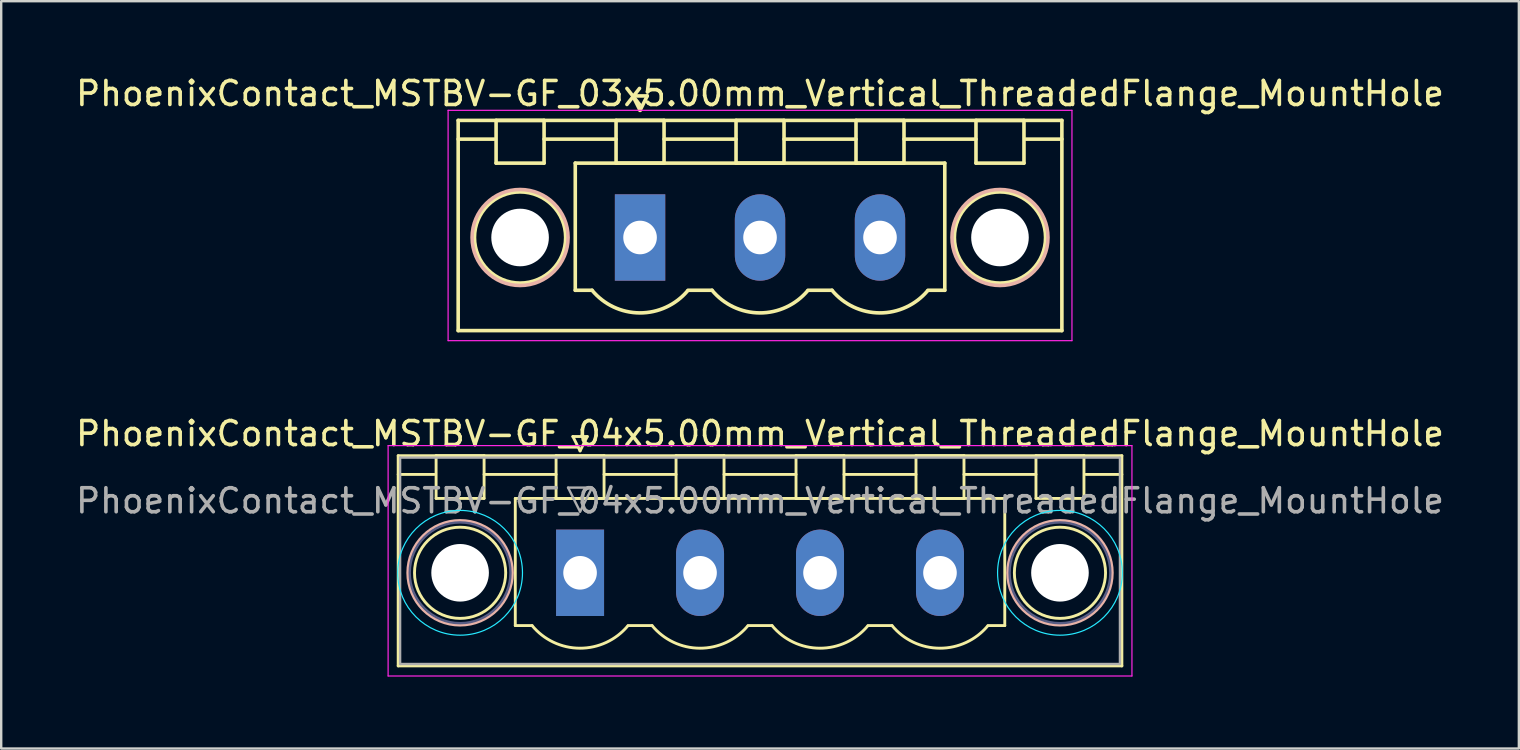
<source format=kicad_pcb>
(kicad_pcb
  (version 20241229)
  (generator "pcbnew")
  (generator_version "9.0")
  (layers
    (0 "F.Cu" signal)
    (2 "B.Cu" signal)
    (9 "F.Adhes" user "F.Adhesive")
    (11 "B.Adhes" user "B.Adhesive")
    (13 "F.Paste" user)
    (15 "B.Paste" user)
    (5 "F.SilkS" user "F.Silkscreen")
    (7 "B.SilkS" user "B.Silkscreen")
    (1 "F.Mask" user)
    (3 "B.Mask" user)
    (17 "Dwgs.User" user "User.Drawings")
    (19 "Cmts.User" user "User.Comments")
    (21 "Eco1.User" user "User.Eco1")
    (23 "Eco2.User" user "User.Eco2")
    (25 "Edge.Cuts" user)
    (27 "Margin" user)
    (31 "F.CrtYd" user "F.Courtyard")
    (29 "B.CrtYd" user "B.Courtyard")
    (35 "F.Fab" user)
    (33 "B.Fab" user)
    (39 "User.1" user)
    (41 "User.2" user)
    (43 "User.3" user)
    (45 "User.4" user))
  (footprint "PhoenixContact_MSTBV-GF_04x5.00mm_Vertical_ThreadedFlange_MountHole"
    (layer "F.Cu")
    (at 21.125 20.822)
    (property "Reference" "PhoenixContact_MSTBV-GF_04x5.00mm_Vertical_ThreadedFlange_MountHole" (at 7.5 -5.8 0) (layer "F.SilkS") (effects (font (size 1 1) (thickness 0.15))))
    (attr through_hole)
    (fp_line (start -7.58 -4.88) (end -7.58 3.88) (stroke (width 0.12) (type solid)) (layer "F.SilkS"))
    (fp_line (start -7.58 -4.1) (end -6.08 -4.1) (stroke (width 0.12) (type solid)) (layer "F.SilkS"))
    (fp_line (start -7.58 3.88) (end 22.58 3.88) (stroke (width 0.12) (type solid)) (layer "F.SilkS"))
    (fp_line (start -6 -4.88) (end -4 -4.88) (stroke (width 0.12) (type solid)) (layer "F.SilkS"))
    (fp_line (start -6 -3.1) (end -6 -4.88) (stroke (width 0.12) (type solid)) (layer "F.SilkS"))
    (fp_line (start -4 -4.88) (end -4 -3.1) (stroke (width 0.12) (type solid)) (layer "F.SilkS"))
    (fp_line (start -4 -4.1) (end -1 -4.1) (stroke (width 0.12) (type solid)) (layer "F.SilkS"))
    (fp_line (start -4 -3.1) (end -6 -3.1) (stroke (width 0.12) (type solid)) (layer "F.SilkS"))
    (fp_line (start -2.7 -3.1) (end 17.7 -3.1) (stroke (width 0.12) (type solid)) (layer "F.SilkS"))
    (fp_line (start -2.7 2.2) (end -2.7 -3.1) (stroke (width 0.12) (type solid)) (layer "F.SilkS"))
    (fp_line (start -2 2.2) (end -2.7 2.2) (stroke (width 0.12) (type solid)) (layer "F.SilkS"))
    (fp_line (start -1 -4.88) (end 1 -4.88) (stroke (width 0.12) (type solid)) (layer "F.SilkS"))
    (fp_line (start -1 -3.1) (end -1 -4.88) (stroke (width 0.12) (type solid)) (layer "F.SilkS"))
    (fp_line (start -0.3 -5.68) (end 0.3 -5.68) (stroke (width 0.12) (type solid)) (layer "F.SilkS"))
    (fp_line (start 0 -5.08) (end -0.3 -5.68) (stroke (width 0.12) (type solid)) (layer "F.SilkS"))
    (fp_line (start 0.3 -5.68) (end 0 -5.08) (stroke (width 0.12) (type solid)) (layer "F.SilkS"))
    (fp_line (start 1 -4.88) (end 1 -3.1) (stroke (width 0.12) (type solid)) (layer "F.SilkS"))
    (fp_line (start 1 -4.1) (end 4 -4.1) (stroke (width 0.12) (type solid)) (layer "F.SilkS"))
    (fp_line (start 1 -3.1) (end -1 -3.1) (stroke (width 0.12) (type solid)) (layer "F.SilkS"))
    (fp_line (start 2 2.2) (end 3 2.2) (stroke (width 0.12) (type solid)) (layer "F.SilkS"))
    (fp_line (start 4 -4.88) (end 6 -4.88) (stroke (width 0.12) (type solid)) (layer "F.SilkS"))
    (fp_line (start 4 -3.1) (end 4 -4.88) (stroke (width 0.12) (type solid)) (layer "F.SilkS"))
    (fp_line (start 6 -4.88) (end 6 -3.1) (stroke (width 0.12) (type solid)) (layer "F.SilkS"))
    (fp_line (start 6 -4.1) (end 9 -4.1) (stroke (width 0.12) (type solid)) (layer "F.SilkS"))
    (fp_line (start 6 -3.1) (end 4 -3.1) (stroke (width 0.12) (type solid)) (layer "F.SilkS"))
    (fp_line (start 7 2.2) (end 8 2.2) (stroke (width 0.12) (type solid)) (layer "F.SilkS"))
    (fp_line (start 9 -4.88) (end 11 -4.88) (stroke (width 0.12) (type solid)) (layer "F.SilkS"))
    (fp_line (start 9 -3.1) (end 9 -4.88) (stroke (width 0.12) (type solid)) (layer "F.SilkS"))
    (fp_line (start 11 -4.88) (end 11 -3.1) (stroke (width 0.12) (type solid)) (layer "F.SilkS"))
    (fp_line (start 11 -4.1) (end 14 -4.1) (stroke (width 0.12) (type solid)) (layer "F.SilkS"))
    (fp_line (start 11 -3.1) (end 9 -3.1) (stroke (width 0.12) (type solid)) (layer "F.SilkS"))
    (fp_line (start 12 2.2) (end 13 2.2) (stroke (width 0.12) (type solid)) (layer "F.SilkS"))
    (fp_line (start 14 -4.88) (end 16 -4.88) (stroke (width 0.12) (type solid)) (layer "F.SilkS"))
    (fp_line (start 14 -3.1) (end 14 -4.88) (stroke (width 0.12) (type solid)) (layer "F.SilkS"))
    (fp_line (start 16 -4.88) (end 16 -3.1) (stroke (width 0.12) (type solid)) (layer "F.SilkS"))
    (fp_line (start 16 -4.1) (end 19 -4.1) (stroke (width 0.12) (type solid)) (layer "F.SilkS"))
    (fp_line (start 16 -3.1) (end 14 -3.1) (stroke (width 0.12) (type solid)) (layer "F.SilkS"))
    (fp_line (start 17.7 -3.1) (end 17.7 2.2) (stroke (width 0.12) (type solid)) (layer "F.SilkS"))
    (fp_line (start 17.7 2.2) (end 17 2.2) (stroke (width 0.12) (type solid)) (layer "F.SilkS"))
    (fp_line (start 19 -4.88) (end 21 -4.88) (stroke (width 0.12) (type solid)) (layer "F.SilkS"))
    (fp_line (start 19 -3.1) (end 19 -4.88) (stroke (width 0.12) (type solid)) (layer "F.SilkS"))
    (fp_line (start 21 -4.88) (end 21 -3.1) (stroke (width 0.12) (type solid)) (layer "F.SilkS"))
    (fp_line (start 21 -3.1) (end 19 -3.1) (stroke (width 0.12) (type solid)) (layer "F.SilkS"))
    (fp_line (start 22.58 -4.88) (end -7.58 -4.88) (stroke (width 0.12) (type solid)) (layer "F.SilkS"))
    (fp_line (start 22.58 -4.1) (end 21.08 -4.1) (stroke (width 0.12) (type solid)) (layer "F.SilkS"))
    (fp_line (start 22.58 3.88) (end 22.58 -4.88) (stroke (width 0.12) (type solid)) (layer "F.SilkS"))
    (fp_arc (start 1.986842 2.215821) (mid -0.010289 3.142758) (end -2 2.2) (stroke (width 0.12) (type solid)) (layer "F.SilkS"))
    (fp_arc (start 6.986842 2.215821) (mid 4.989711 3.142758) (end 3 2.2) (stroke (width 0.12) (type solid)) (layer "F.SilkS"))
    (fp_arc (start 11.986842 2.215821) (mid 9.989711 3.142758) (end 8 2.2) (stroke (width 0.12) (type solid)) (layer "F.SilkS"))
    (fp_arc (start 16.986842 2.215821) (mid 14.989711 3.142758) (end 13 2.2) (stroke (width 0.12) (type solid)) (layer "F.SilkS"))
    (fp_circle (center -5 0) (end -3.1 0) (stroke (width 0.12) (type solid)) (fill no) (layer "F.SilkS"))
    (fp_circle (center 20 0) (end 21.9 0) (stroke (width 0.12) (type solid)) (fill no) (layer "F.SilkS"))
    (fp_circle (center -5 0) (end -2.82 0) (stroke (width 0.12) (type solid)) (fill no) (layer "B.SilkS"))
    (fp_circle (center 20 0) (end 22.18 0) (stroke (width 0.12) (type solid)) (fill no) (layer "B.SilkS"))
    (fp_circle (center -5 0) (end -2.4 0) (stroke (width 0.05) (type solid)) (fill no) (layer "B.CrtYd"))
    (fp_circle (center 20 0) (end 22.6 0) (stroke (width 0.05) (type solid)) (fill no) (layer "B.CrtYd"))
    (fp_line (start -8 -5.3) (end -8 4.3) (stroke (width 0.05) (type solid)) (layer "F.CrtYd"))
    (fp_line (start -8 4.3) (end 23 4.3) (stroke (width 0.05) (type solid)) (layer "F.CrtYd"))
    (fp_line (start 23 -5.3) (end -8 -5.3) (stroke (width 0.05) (type solid)) (layer "F.CrtYd"))
    (fp_line (start 23 4.3) (end 23 -5.3) (stroke (width 0.05) (type solid)) (layer "F.CrtYd"))
    (fp_circle (center -5 0) (end -2.9 0) (stroke (width 0.1) (type solid)) (fill no) (layer "B.Fab"))
    (fp_circle (center 20 0) (end 22.1 0) (stroke (width 0.1) (type solid)) (fill no) (layer "B.Fab"))
    (fp_line (start -7.5 -4.8) (end -7.5 3.8) (stroke (width 0.1) (type solid)) (layer "F.Fab"))
    (fp_line (start -7.5 3.8) (end 22.5 3.8) (stroke (width 0.1) (type solid)) (layer "F.Fab"))
    (fp_line (start -0.5 -3.55) (end 0.5 -3.55) (stroke (width 0.1) (type solid)) (layer "F.Fab"))
    (fp_line (start 0 -2.55) (end -0.5 -3.55) (stroke (width 0.1) (type solid)) (layer "F.Fab"))
    (fp_line (start 0.5 -3.55) (end 0 -2.55) (stroke (width 0.1) (type solid)) (layer "F.Fab"))
    (fp_line (start 22.5 -4.8) (end -7.5 -4.8) (stroke (width 0.1) (type solid)) (layer "F.Fab"))
    (fp_line (start 22.5 3.8) (end 22.5 -4.8) (stroke (width 0.1) (type solid)) (layer "F.Fab"))
    (fp_text user "${REFERENCE}" (at 7.5 -3 0) (layer "F.Fab") (effects (font (size 1 1) (thickness 0.15))))
    (pad "" np_thru_hole circle (at -5 0) (size 2.4 2.4) (drill 2.4) (layers "*.Cu" "*.Mask"))
    (pad "" np_thru_hole circle (at 20 0) (size 2.4 2.4) (drill 2.4) (layers "*.Cu" "*.Mask"))
    (pad "1" thru_hole rect (at 0 0) (size 2 3.6) (drill 1.4) (layers "*.Cu" "*.Mask"))
    (pad "2" thru_hole oval (at 5 0) (size 2 3.6) (drill 1.4) (layers "*.Cu" "*.Mask"))
    (pad "3" thru_hole oval (at 10 0) (size 2 3.6) (drill 1.4) (layers "*.Cu" "*.Mask"))
    (pad "4" thru_hole oval (at 15 0) (size 2 3.6) (drill 1.4) (layers "*.Cu" "*.Mask")))
  (footprint "PhoenixContact_MSTBV-GF_03x5.00mm_Vertical_ThreadedFlange_MountHole"
    (layer "F.Cu")
    (at 23.625 6.848)
    (property "Reference" "PhoenixContact_MSTBV-GF_03x5.00mm_Vertical_ThreadedFlange_MountHole" (at 5 -6 0) (layer "F.SilkS") (effects (font (size 1 1) (thickness 0.15))))
    (attr through_hole)
    (fp_line (start -7.58 -4.88) (end -7.58 3.88) (stroke (width 0.15) (type solid)) (layer "F.SilkS"))
    (fp_line (start -7.58 -4.1) (end -6.08 -4.1) (stroke (width 0.15) (type solid)) (layer "F.SilkS"))
    (fp_line (start -7.58 3.88) (end 17.58 3.88) (stroke (width 0.15) (type solid)) (layer "F.SilkS"))
    (fp_line (start -6 -4.88) (end -4 -4.88) (stroke (width 0.15) (type solid)) (layer "F.SilkS"))
    (fp_line (start -6 -3.1) (end -6 -4.88) (stroke (width 0.15) (type solid)) (layer "F.SilkS"))
    (fp_line (start -4 -4.88) (end -4 -3.1) (stroke (width 0.15) (type solid)) (layer "F.SilkS"))
    (fp_line (start -4 -4.1) (end -1 -4.1) (stroke (width 0.15) (type solid)) (layer "F.SilkS"))
    (fp_line (start -4 -3.1) (end -6 -3.1) (stroke (width 0.15) (type solid)) (layer "F.SilkS"))
    (fp_line (start -2.7 -3.1) (end 12.7 -3.1) (stroke (width 0.15) (type solid)) (layer "F.SilkS"))
    (fp_line (start -2.7 2.2) (end -2.7 -3.1) (stroke (width 0.15) (type solid)) (layer "F.SilkS"))
    (fp_line (start -2 2.2) (end -2.7 2.2) (stroke (width 0.15) (type solid)) (layer "F.SilkS"))
    (fp_line (start -1 -4.88) (end 1 -4.88) (stroke (width 0.15) (type solid)) (layer "F.SilkS"))
    (fp_line (start -1 -3.1) (end -1 -4.88) (stroke (width 0.15) (type solid)) (layer "F.SilkS"))
    (fp_line (start -0.3 -5.9) (end 0 -5.3) (stroke (width 0.15) (type solid)) (layer "F.SilkS"))
    (fp_line (start 0 -5.3) (end 0.3 -5.9) (stroke (width 0.15) (type solid)) (layer "F.SilkS"))
    (fp_line (start 0.3 -5.9) (end -0.3 -5.9) (stroke (width 0.15) (type solid)) (layer "F.SilkS"))
    (fp_line (start 1 -4.88) (end 1 -3.1) (stroke (width 0.15) (type solid)) (layer "F.SilkS"))
    (fp_line (start 1 -4.1) (end 4 -4.1) (stroke (width 0.15) (type solid)) (layer "F.SilkS"))
    (fp_line (start 1 -3.1) (end -1 -3.1) (stroke (width 0.15) (type solid)) (layer "F.SilkS"))
    (fp_line (start 2 2.2) (end 3 2.2) (stroke (width 0.15) (type solid)) (layer "F.SilkS"))
    (fp_line (start 4 -4.88) (end 6 -4.88) (stroke (width 0.15) (type solid)) (layer "F.SilkS"))
    (fp_line (start 4 -3.1) (end 4 -4.88) (stroke (width 0.15) (type solid)) (layer "F.SilkS"))
    (fp_line (start 6 -4.88) (end 6 -3.1) (stroke (width 0.15) (type solid)) (layer "F.SilkS"))
    (fp_line (start 6 -4.1) (end 9 -4.1) (stroke (width 0.15) (type solid)) (layer "F.SilkS"))
    (fp_line (start 6 -3.1) (end 4 -3.1) (stroke (width 0.15) (type solid)) (layer "F.SilkS"))
    (fp_line (start 7 2.2) (end 8 2.2) (stroke (width 0.15) (type solid)) (layer "F.SilkS"))
    (fp_line (start 9 -4.88) (end 11 -4.88) (stroke (width 0.15) (type solid)) (layer "F.SilkS"))
    (fp_line (start 9 -3.1) (end 9 -4.88) (stroke (width 0.15) (type solid)) (layer "F.SilkS"))
    (fp_line (start 11 -4.88) (end 11 -3.1) (stroke (width 0.15) (type solid)) (layer "F.SilkS"))
    (fp_line (start 11 -4.1) (end 14 -4.1) (stroke (width 0.15) (type solid)) (layer "F.SilkS"))
    (fp_line (start 11 -3.1) (end 9 -3.1) (stroke (width 0.15) (type solid)) (layer "F.SilkS"))
    (fp_line (start 12.7 -3.1) (end 12.7 2.2) (stroke (width 0.15) (type solid)) (layer "F.SilkS"))
    (fp_line (start 12.7 2.2) (end 12 2.2) (stroke (width 0.15) (type solid)) (layer "F.SilkS"))
    (fp_line (start 14 -4.88) (end 16 -4.88) (stroke (width 0.15) (type solid)) (layer "F.SilkS"))
    (fp_line (start 14 -3.1) (end 14 -4.88) (stroke (width 0.15) (type solid)) (layer "F.SilkS"))
    (fp_line (start 16 -4.88) (end 16 -3.1) (stroke (width 0.15) (type solid)) (layer "F.SilkS"))
    (fp_line (start 16 -3.1) (end 14 -3.1) (stroke (width 0.15) (type solid)) (layer "F.SilkS"))
    (fp_line (start 17.58 -4.88) (end -7.58 -4.88) (stroke (width 0.15) (type solid)) (layer "F.SilkS"))
    (fp_line (start 17.58 -4.1) (end 16.08 -4.1) (stroke (width 0.15) (type solid)) (layer "F.SilkS"))
    (fp_line (start 17.58 3.88) (end 17.58 -4.88) (stroke (width 0.15) (type solid)) (layer "F.SilkS"))
    (fp_arc (start 1.986842 2.215821) (mid -0.010289 3.142758) (end -2 2.2) (stroke (width 0.15) (type solid)) (layer "F.SilkS"))
    (fp_arc (start 6.986842 2.215821) (mid 4.989711 3.142758) (end 3 2.2) (stroke (width 0.15) (type solid)) (layer "F.SilkS"))
    (fp_arc (start 11.986842 2.215821) (mid 9.989711 3.142758) (end 8 2.2) (stroke (width 0.15) (type solid)) (layer "F.SilkS"))
    (fp_circle (center -5 0) (end -4 0) (stroke (width 0.15) (type solid)) (fill no) (layer "F.SilkS"))
    (fp_circle (center -5 0) (end -3.1 0) (stroke (width 0.15) (type solid)) (fill no) (layer "F.SilkS"))
    (fp_circle (center 15 0) (end 16 0) (stroke (width 0.15) (type solid)) (fill no) (layer "F.SilkS"))
    (fp_circle (center 15 0) (end 16.9 0) (stroke (width 0.15) (type solid)) (fill no) (layer "F.SilkS"))
    (fp_circle (center -5 0) (end -3 0) (stroke (width 0.15) (type solid)) (fill no) (layer "B.SilkS"))
    (fp_circle (center 15 0) (end 17 0) (stroke (width 0.15) (type solid)) (fill no) (layer "B.SilkS"))
    (fp_line (start -8 -5.3) (end -8 4.3) (stroke (width 0.05) (type solid)) (layer "F.CrtYd"))
    (fp_line (start -8 4.3) (end 18 4.3) (stroke (width 0.05) (type solid)) (layer "F.CrtYd"))
    (fp_line (start 18 -5.3) (end -8 -5.3) (stroke (width 0.05) (type solid)) (layer "F.CrtYd"))
    (fp_line (start 18 4.3) (end 18 -5.3) (stroke (width 0.05) (type solid)) (layer "F.CrtYd"))
    (pad "" np_thru_hole circle (at -5 0) (size 2.4 2.4) (drill 2.4) (layers "*.Cu" "*.Mask"))
    (pad "" np_thru_hole circle (at 15 0) (size 2.4 2.4) (drill 2.4) (layers "*.Cu" "*.Mask"))
    (pad "1" thru_hole rect (at 0 0) (size 2.1 3.6) (drill 1.4) (layers "*.Cu" "*.Mask"))
    (pad "2" thru_hole oval (at 5 0) (size 2.1 3.6) (drill 1.4) (layers "*.Cu" "*.Mask"))
    (pad "3" thru_hole oval (at 10 0) (size 2.1 3.6) (drill 1.4) (layers "*.Cu" "*.Mask")))
  (gr_rect
    (start -3 -3)
    (end 60.25 28.146)
    (stroke (width 0.1) (type default))
    (fill no)
    (layer "Edge.Cuts")))
</source>
